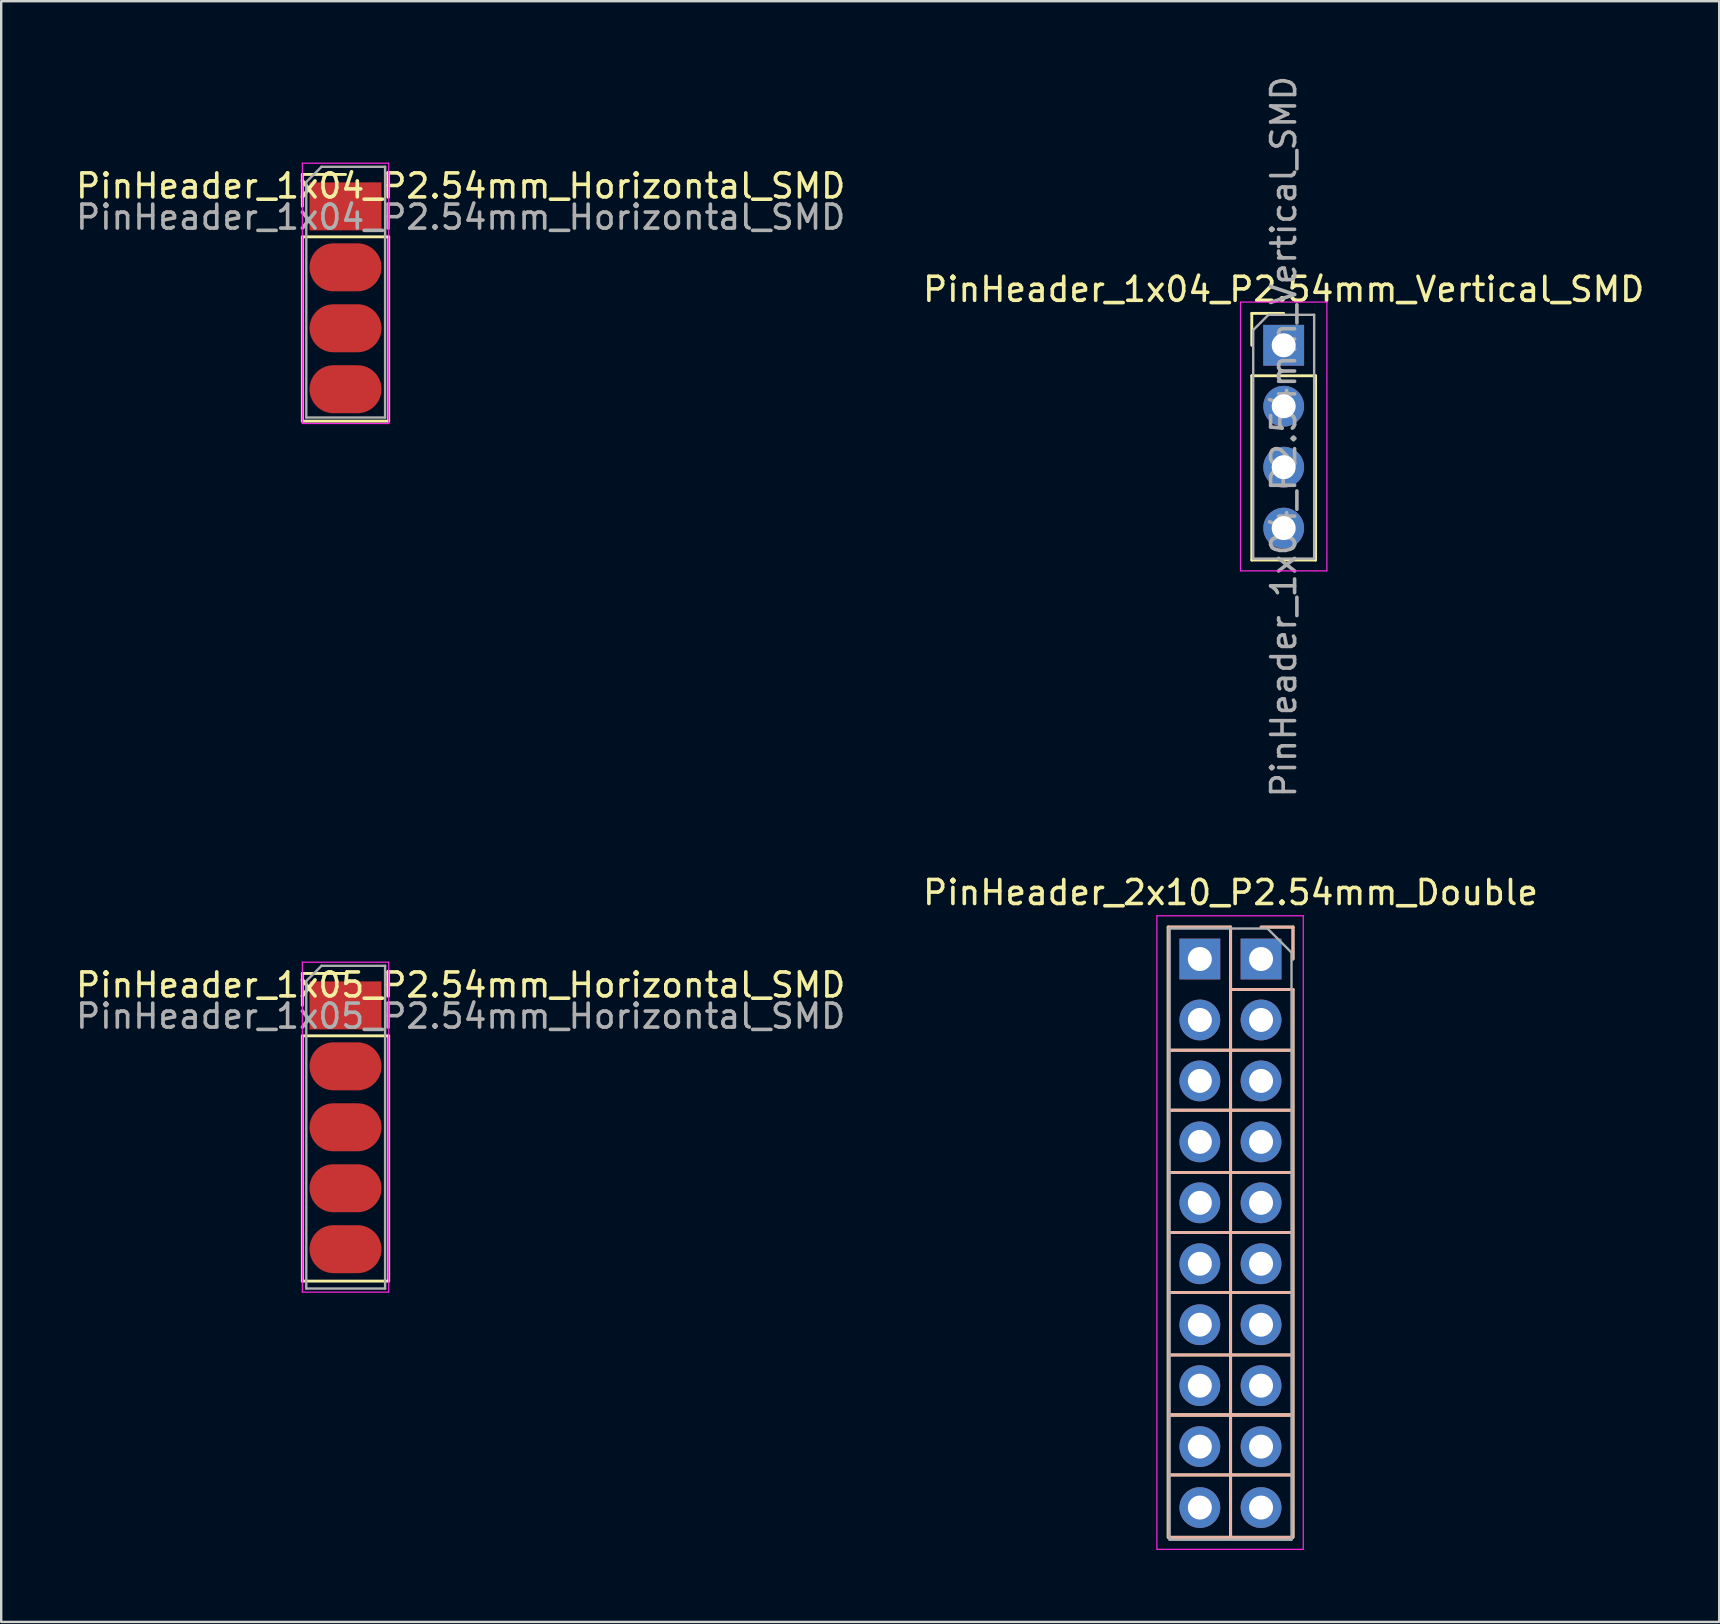
<source format=kicad_pcb>
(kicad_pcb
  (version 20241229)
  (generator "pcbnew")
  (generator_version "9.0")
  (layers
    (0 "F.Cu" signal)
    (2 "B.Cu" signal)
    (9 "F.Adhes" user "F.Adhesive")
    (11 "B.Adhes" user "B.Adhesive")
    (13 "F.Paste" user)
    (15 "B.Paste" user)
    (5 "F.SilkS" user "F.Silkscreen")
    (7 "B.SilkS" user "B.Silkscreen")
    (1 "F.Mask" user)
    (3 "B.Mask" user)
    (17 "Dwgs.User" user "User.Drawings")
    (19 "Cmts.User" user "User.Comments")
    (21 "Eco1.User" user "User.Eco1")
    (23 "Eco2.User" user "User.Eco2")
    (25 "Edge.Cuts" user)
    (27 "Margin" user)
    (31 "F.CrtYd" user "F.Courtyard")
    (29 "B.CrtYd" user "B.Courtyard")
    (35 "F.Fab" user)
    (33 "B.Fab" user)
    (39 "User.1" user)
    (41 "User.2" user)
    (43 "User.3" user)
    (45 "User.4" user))
  (footprint "PinHeader_1x04_P2.54mm_Horizontal_SMD"
    (layer "F.Cu")
    (at 11.899 0.25)
    (property "Reference" "PinHeader_1x04_P2.54mm_Horizontal_SMD" (at 4.25 4.45 0) (layer "F.SilkS") (effects (font (size 1 1) (thickness 0.15))))
    (attr through_hole)
    (fp_line (start -2.35 3.97) (end -0.55 3.97) (stroke (width 0.12) (type solid)) (layer "F.SilkS"))
    (fp_line (start -2.35 5.3) (end -2.35 3.97) (stroke (width 0.12) (type solid)) (layer "F.SilkS"))
    (fp_line (start -2.35 6.57) (end -2.35 14.25) (stroke (width 0.12) (type solid)) (layer "F.SilkS"))
    (fp_line (start -2.35 6.57) (end 1.25 6.57) (stroke (width 0.12) (type solid)) (layer "F.SilkS"))
    (fp_line (start -2.35 14.25) (end 1.25 14.25) (stroke (width 0.12) (type solid)) (layer "F.SilkS"))
    (fp_line (start 1.25 6.57) (end 1.25 14.25) (stroke (width 0.12) (type solid)) (layer "F.SilkS"))
    (fp_line (start -2.35 3.5) (end -2.35 14.35) (stroke (width 0.05) (type solid)) (layer "F.CrtYd"))
    (fp_line (start -2.35 14.35) (end 1.25 14.35) (stroke (width 0.05) (type solid)) (layer "F.CrtYd"))
    (fp_line (start 1.25 3.5) (end -2.35 3.5) (stroke (width 0.05) (type solid)) (layer "F.CrtYd"))
    (fp_line (start 1.25 14.35) (end 1.25 3.5) (stroke (width 0.05) (type solid)) (layer "F.CrtYd"))
    (fp_line (start -2.185 4.285) (end -1.55 3.65) (stroke (width 0.1) (type solid)) (layer "F.Fab"))
    (fp_line (start -2.185 14.1) (end -2.185 4.285) (stroke (width 0.1) (type solid)) (layer "F.Fab"))
    (fp_line (start -1.55 3.65) (end 1.1 3.65) (stroke (width 0.1) (type solid)) (layer "F.Fab"))
    (fp_line (start 1.1 3.65) (end 1.1 14.1) (stroke (width 0.1) (type solid)) (layer "F.Fab"))
    (fp_line (start 1.1 14.1) (end -2.185 14.1) (stroke (width 0.1) (type solid)) (layer "F.Fab"))
    (fp_text user "${REFERENCE}" (at 4.25 5.75 180) (layer "F.Fab") (effects (font (size 1 1) (thickness 0.15))))
    (pad "1" smd rect (at -0.55 5.3) (size 3 2) (layers "F.Cu" "F.Mask" "F.Paste"))
    (pad "2" smd oval (at -0.55 7.84) (size 3 2) (layers "F.Cu" "F.Mask" "F.Paste"))
    (pad "3" smd oval (at -0.55 10.38) (size 3 2) (layers "F.Cu" "F.Mask" "F.Paste"))
    (pad "4" smd oval (at -0.55 12.92) (size 3 2) (layers "F.Cu" "F.Mask" "F.Paste")))
  (footprint "PinHeader_1x05_P2.54mm_Horizontal_SMD"
    (layer "F.Cu")
    (at 11.899 33.548)
    (property "Reference" "PinHeader_1x05_P2.54mm_Horizontal_SMD" (at 4.25 4.45 0) (layer "F.SilkS") (effects (font (size 1 1) (thickness 0.15))))
    (attr through_hole)
    (fp_line (start -2.35 3.97) (end -0.55 3.97) (stroke (width 0.12) (type solid)) (layer "F.SilkS"))
    (fp_line (start -2.35 5.3) (end -2.35 3.97) (stroke (width 0.12) (type solid)) (layer "F.SilkS"))
    (fp_line (start -2.35 6.57) (end -2.35 16.79) (stroke (width 0.12) (type solid)) (layer "F.SilkS"))
    (fp_line (start -2.35 6.57) (end 1.25 6.57) (stroke (width 0.12) (type solid)) (layer "F.SilkS"))
    (fp_line (start -2.35 16.79) (end 1.25 16.79) (stroke (width 0.12) (type solid)) (layer "F.SilkS"))
    (fp_line (start 1.25 6.57) (end 1.25 16.79) (stroke (width 0.12) (type solid)) (layer "F.SilkS"))
    (fp_line (start -2.35 3.5) (end -2.35 17.25) (stroke (width 0.05) (type solid)) (layer "F.CrtYd"))
    (fp_line (start -2.35 17.25) (end 1.25 17.25) (stroke (width 0.05) (type solid)) (layer "F.CrtYd"))
    (fp_line (start 1.25 3.5) (end -2.35 3.5) (stroke (width 0.05) (type solid)) (layer "F.CrtYd"))
    (fp_line (start 1.25 17.25) (end 1.25 3.5) (stroke (width 0.05) (type solid)) (layer "F.CrtYd"))
    (fp_line (start -2.185 4.285) (end -1.55 3.65) (stroke (width 0.1) (type solid)) (layer "F.Fab"))
    (fp_line (start -2.185 17.1) (end -2.185 4.285) (stroke (width 0.1) (type solid)) (layer "F.Fab"))
    (fp_line (start -1.55 3.65) (end 1.1 3.65) (stroke (width 0.1) (type solid)) (layer "F.Fab"))
    (fp_line (start 1.1 3.65) (end 1.1 17.1) (stroke (width 0.1) (type solid)) (layer "F.Fab"))
    (fp_line (start 1.1 17.1) (end -2.185 17.1) (stroke (width 0.1) (type solid)) (layer "F.Fab"))
    (fp_text user "${REFERENCE}" (at 4.25 5.75 180) (layer "F.Fab") (effects (font (size 1 1) (thickness 0.15))))
    (pad "1" smd rect (at -0.55 5.3) (size 3 2) (layers "F.Cu" "F.Mask" "F.Paste"))
    (pad "2" smd oval (at -0.55 7.84) (size 3 2) (layers "F.Cu" "F.Mask" "F.Paste"))
    (pad "3" smd oval (at -0.55 10.38) (size 3 2) (layers "F.Cu" "F.Mask" "F.Paste"))
    (pad "4" smd oval (at -0.55 12.92) (size 3 2) (layers "F.Cu" "F.Mask" "F.Paste"))
    (pad "5" smd oval (at -0.55 15.46) (size 3 2) (layers "F.Cu" "F.Mask" "F.Paste")))
  (footprint "PinHeader_1x04_P2.54mm_Vertical_SMD"
    (layer "F.Cu")
    (at 50.446 11.339)
    (property "Reference" "PinHeader_1x04_P2.54mm_Vertical_SMD" (at 0 -2.33 0) (layer "F.SilkS") (effects (font (size 1 1) (thickness 0.15))))
    (attr through_hole)
    (fp_line (start -1.33 -1.33) (end 0 -1.33) (stroke (width 0.12) (type solid)) (layer "F.SilkS"))
    (fp_line (start -1.33 0) (end -1.33 -1.33) (stroke (width 0.12) (type solid)) (layer "F.SilkS"))
    (fp_line (start -1.33 1.27) (end -1.33 8.95) (stroke (width 0.12) (type solid)) (layer "F.SilkS"))
    (fp_line (start -1.33 1.27) (end 1.33 1.27) (stroke (width 0.12) (type solid)) (layer "F.SilkS"))
    (fp_line (start -1.33 8.95) (end 1.33 8.95) (stroke (width 0.12) (type solid)) (layer "F.SilkS"))
    (fp_line (start 1.33 1.27) (end 1.33 8.95) (stroke (width 0.12) (type solid)) (layer "F.SilkS"))
    (fp_line (start -1.8 -1.8) (end -1.8 9.4) (stroke (width 0.05) (type solid)) (layer "F.CrtYd"))
    (fp_line (start -1.8 9.4) (end 1.8 9.4) (stroke (width 0.05) (type solid)) (layer "F.CrtYd"))
    (fp_line (start 1.8 -1.8) (end -1.8 -1.8) (stroke (width 0.05) (type solid)) (layer "F.CrtYd"))
    (fp_line (start 1.8 9.4) (end 1.8 -1.8) (stroke (width 0.05) (type solid)) (layer "F.CrtYd"))
    (fp_line (start -1.27 -0.635) (end -0.635 -1.27) (stroke (width 0.1) (type solid)) (layer "F.Fab"))
    (fp_line (start -1.27 8.89) (end -1.27 -0.635) (stroke (width 0.1) (type solid)) (layer "F.Fab"))
    (fp_line (start -0.635 -1.27) (end 1.27 -1.27) (stroke (width 0.1) (type solid)) (layer "F.Fab"))
    (fp_line (start 1.27 -1.27) (end 1.27 8.89) (stroke (width 0.1) (type solid)) (layer "F.Fab"))
    (fp_line (start 1.27 8.89) (end -1.27 8.89) (stroke (width 0.1) (type solid)) (layer "F.Fab"))
    (fp_text user "${REFERENCE}" (at 0 3.81 90) (layer "F.Fab") (effects (font (size 1 1) (thickness 0.15))))
    (pad "1" thru_hole rect (at 0 0) (size 1.7 1.7) (drill 1) (layers "*.Cu" "*.Mask"))
    (pad "2" thru_hole oval (at 0 2.54) (size 1.7 1.7) (drill 1) (layers "*.Cu" "*.Mask"))
    (pad "3" thru_hole oval (at 0 5.08) (size 1.7 1.7) (drill 1) (layers "*.Cu" "*.Mask"))
    (pad "4" thru_hole oval (at 0 7.62) (size 1.7 1.7) (drill 1) (layers "*.Cu" "*.Mask")))
  (footprint "PinHeader_2x10_P2.54mm_Double"
    (layer "F.Cu")
    (at 49.502 36.916)
    (property "Reference" "PinHeader_2x10_P2.54mm_Double" (at -1.27 -2.77 0) (layer "F.SilkS") (effects (font (size 1 1) (thickness 0.15))))
    (attr through_hole)
    (fp_line (start -3.87 -1.33) (end -3.87 24.1) (stroke (width 0.12) (type solid)) (layer "F.SilkS"))
    (fp_line (start -3.87 -1.33) (end -1.27 -1.33) (stroke (width 0.12) (type solid)) (layer "F.SilkS"))
    (fp_line (start -3.85 3.8) (end 1.3 3.8) (stroke (width 0.12) (type solid)) (layer "F.SilkS"))
    (fp_line (start -3.85 6.3) (end 1.3 6.3) (stroke (width 0.12) (type solid)) (layer "F.SilkS"))
    (fp_line (start -3.85 8.9) (end 1.3 8.9) (stroke (width 0.12) (type solid)) (layer "F.SilkS"))
    (fp_line (start -3.85 11.4) (end 1.3 11.4) (stroke (width 0.12) (type solid)) (layer "F.SilkS"))
    (fp_line (start -3.85 11.4) (end 1.3 11.4) (stroke (width 0.12) (type solid)) (layer "F.SilkS"))
    (fp_line (start -3.85 13.9) (end 1.3 13.9) (stroke (width 0.12) (type solid)) (layer "F.SilkS"))
    (fp_line (start -3.85 16.5) (end 1.3 16.5) (stroke (width 0.12) (type solid)) (layer "F.SilkS"))
    (fp_line (start -3.85 19) (end 1.3 19) (stroke (width 0.12) (type solid)) (layer "F.SilkS"))
    (fp_line (start -3.85 19) (end 1.3 19) (stroke (width 0.12) (type solid)) (layer "F.SilkS"))
    (fp_line (start -3.85 21.5) (end 1.3 21.5) (stroke (width 0.12) (type solid)) (layer "F.SilkS"))
    (fp_line (start -3.85 24.1) (end 1.3 24.1) (stroke (width 0.12) (type solid)) (layer "F.SilkS"))
    (fp_line (start -1.27 -1.33) (end -1.27 1.27) (stroke (width 0.12) (type solid)) (layer "F.SilkS"))
    (fp_line (start -1.27 1.22) (end -1.27 24.1) (stroke (width 0.12) (type solid)) (layer "F.SilkS"))
    (fp_line (start -1.27 1.27) (end 1.33 1.27) (stroke (width 0.12) (type solid)) (layer "F.SilkS"))
    (fp_line (start 0 -1.33) (end 1.33 -1.33) (stroke (width 0.12) (type solid)) (layer "F.SilkS"))
    (fp_line (start 1.33 -1.33) (end 1.33 0) (stroke (width 0.12) (type solid)) (layer "F.SilkS"))
    (fp_line (start 1.33 1.27) (end 1.33 24.1) (stroke (width 0.12) (type solid)) (layer "F.SilkS"))
    (fp_line (start -3.865 -1.33) (end -3.865 24.1) (stroke (width 0.12) (type solid)) (layer "B.SilkS"))
    (fp_line (start -3.865 -1.33) (end -1.265 -1.33) (stroke (width 0.12) (type solid)) (layer "B.SilkS"))
    (fp_line (start -3.845 3.8) (end 1.305 3.8) (stroke (width 0.12) (type solid)) (layer "B.SilkS"))
    (fp_line (start -3.845 6.3) (end 1.305 6.3) (stroke (width 0.12) (type solid)) (layer "B.SilkS"))
    (fp_line (start -3.845 8.9) (end 1.305 8.9) (stroke (width 0.12) (type solid)) (layer "B.SilkS"))
    (fp_line (start -3.845 11.4) (end 1.305 11.4) (stroke (width 0.12) (type solid)) (layer "B.SilkS"))
    (fp_line (start -3.845 11.4) (end 1.305 11.4) (stroke (width 0.12) (type solid)) (layer "B.SilkS"))
    (fp_line (start -3.845 13.9) (end 1.305 13.9) (stroke (width 0.12) (type solid)) (layer "B.SilkS"))
    (fp_line (start -3.845 16.5) (end 1.305 16.5) (stroke (width 0.12) (type solid)) (layer "B.SilkS"))
    (fp_line (start -3.845 19) (end 1.305 19) (stroke (width 0.12) (type solid)) (layer "B.SilkS"))
    (fp_line (start -3.845 19) (end 1.305 19) (stroke (width 0.12) (type solid)) (layer "B.SilkS"))
    (fp_line (start -3.845 21.5) (end 1.305 21.5) (stroke (width 0.12) (type solid)) (layer "B.SilkS"))
    (fp_line (start -3.845 24.1) (end 1.305 24.1) (stroke (width 0.12) (type solid)) (layer "B.SilkS"))
    (fp_line (start -1.265 -1.33) (end -1.265 1.27) (stroke (width 0.12) (type solid)) (layer "B.SilkS"))
    (fp_line (start -1.265 1.22) (end -1.265 24.1) (stroke (width 0.12) (type solid)) (layer "B.SilkS"))
    (fp_line (start -1.265 1.27) (end 1.335 1.27) (stroke (width 0.12) (type solid)) (layer "B.SilkS"))
    (fp_line (start 0.005 -1.33) (end 1.335 -1.33) (stroke (width 0.12) (type solid)) (layer "B.SilkS"))
    (fp_line (start 1.335 -1.33) (end 1.335 0) (stroke (width 0.12) (type solid)) (layer "B.SilkS"))
    (fp_line (start 1.335 1.27) (end 1.335 24.1) (stroke (width 0.12) (type solid)) (layer "B.SilkS"))
    (fp_line (start -4.34 -1.8) (end 1.76 -1.8) (stroke (width 0.05) (type solid)) (layer "F.CrtYd"))
    (fp_line (start -4.34 24.6) (end -4.34 -1.8) (stroke (width 0.05) (type solid)) (layer "F.CrtYd"))
    (fp_line (start 1.76 -1.8) (end 1.76 24.6) (stroke (width 0.05) (type solid)) (layer "F.CrtYd"))
    (fp_line (start 1.76 24.6) (end -4.34 24.6) (stroke (width 0.05) (type solid)) (layer "F.CrtYd"))
    (fp_line (start -3.81 -1.27) (end 0.27 -1.27) (stroke (width 0.1) (type solid)) (layer "F.Fab"))
    (fp_line (start -3.81 24.2) (end -3.81 -1.27) (stroke (width 0.1) (type solid)) (layer "F.Fab"))
    (fp_line (start 0.27 -1.27) (end 1.27 -0.27) (stroke (width 0.1) (type solid)) (layer "F.Fab"))
    (fp_line (start 1.27 -0.27) (end 1.27 24.2) (stroke (width 0.1) (type solid)) (layer "F.Fab"))
    (fp_line (start 1.27 24.2) (end -3.81 24.2) (stroke (width 0.1) (type solid)) (layer "F.Fab"))
    (pad "1" thru_hole rect (at -2.55 0) (size 1.7 1.7) (drill 1) (layers "*.Cu" "*.Mask"))
    (pad "1" thru_hole rect (at 0 0) (size 1.7 1.7) (drill 1) (layers "*.Cu" "*.Mask"))
    (pad "2" thru_hole oval (at -2.55 2.54) (size 1.7 1.7) (drill 1) (layers "*.Cu" "*.Mask"))
    (pad "2" thru_hole oval (at 0 2.54) (size 1.7 1.7) (drill 1) (layers "*.Cu" "*.Mask"))
    (pad "3" thru_hole oval (at -2.55 5.08) (size 1.7 1.7) (drill 1) (layers "*.Cu" "*.Mask"))
    (pad "3" thru_hole oval (at 0 5.08) (size 1.7 1.7) (drill 1) (layers "*.Cu" "*.Mask"))
    (pad "4" thru_hole oval (at -2.55 7.62) (size 1.7 1.7) (drill 1) (layers "*.Cu" "*.Mask"))
    (pad "4" thru_hole oval (at 0 7.62) (size 1.7 1.7) (drill 1) (layers "*.Cu" "*.Mask"))
    (pad "5" thru_hole oval (at -2.55 10.16) (size 1.7 1.7) (drill 1) (layers "*.Cu" "*.Mask"))
    (pad "5" thru_hole oval (at 0 10.16) (size 1.7 1.7) (drill 1) (layers "*.Cu" "*.Mask"))
    (pad "6" thru_hole oval (at -2.55 12.7) (size 1.7 1.7) (drill 1) (layers "*.Cu" "*.Mask"))
    (pad "6" thru_hole oval (at 0 12.7) (size 1.7 1.7) (drill 1) (layers "*.Cu" "*.Mask"))
    (pad "7" thru_hole oval (at -2.55 15.24) (size 1.7 1.7) (drill 1) (layers "*.Cu" "*.Mask"))
    (pad "7" thru_hole oval (at 0 15.24) (size 1.7 1.7) (drill 1) (layers "*.Cu" "*.Mask"))
    (pad "8" thru_hole oval (at -2.55 17.78) (size 1.7 1.7) (drill 1) (layers "*.Cu" "*.Mask"))
    (pad "8" thru_hole oval (at 0 17.78) (size 1.7 1.7) (drill 1) (layers "*.Cu" "*.Mask"))
    (pad "9" thru_hole oval (at -2.55 20.32) (size 1.7 1.7) (drill 1) (layers "*.Cu" "*.Mask"))
    (pad "9" thru_hole oval (at 0 20.32) (size 1.7 1.7) (drill 1) (layers "*.Cu" "*.Mask"))
    (pad "10" thru_hole oval (at -2.55 22.86) (size 1.7 1.7) (drill 1) (layers "*.Cu" "*.Mask"))
    (pad "10" thru_hole oval (at 0 22.86) (size 1.7 1.7) (drill 1) (layers "*.Cu" "*.Mask")))
  (gr_rect
    (start -3 -3)
    (end 68.595 64.541)
    (stroke (width 0.1) (type default))
    (fill no)
    (layer "Edge.Cuts")))
</source>
